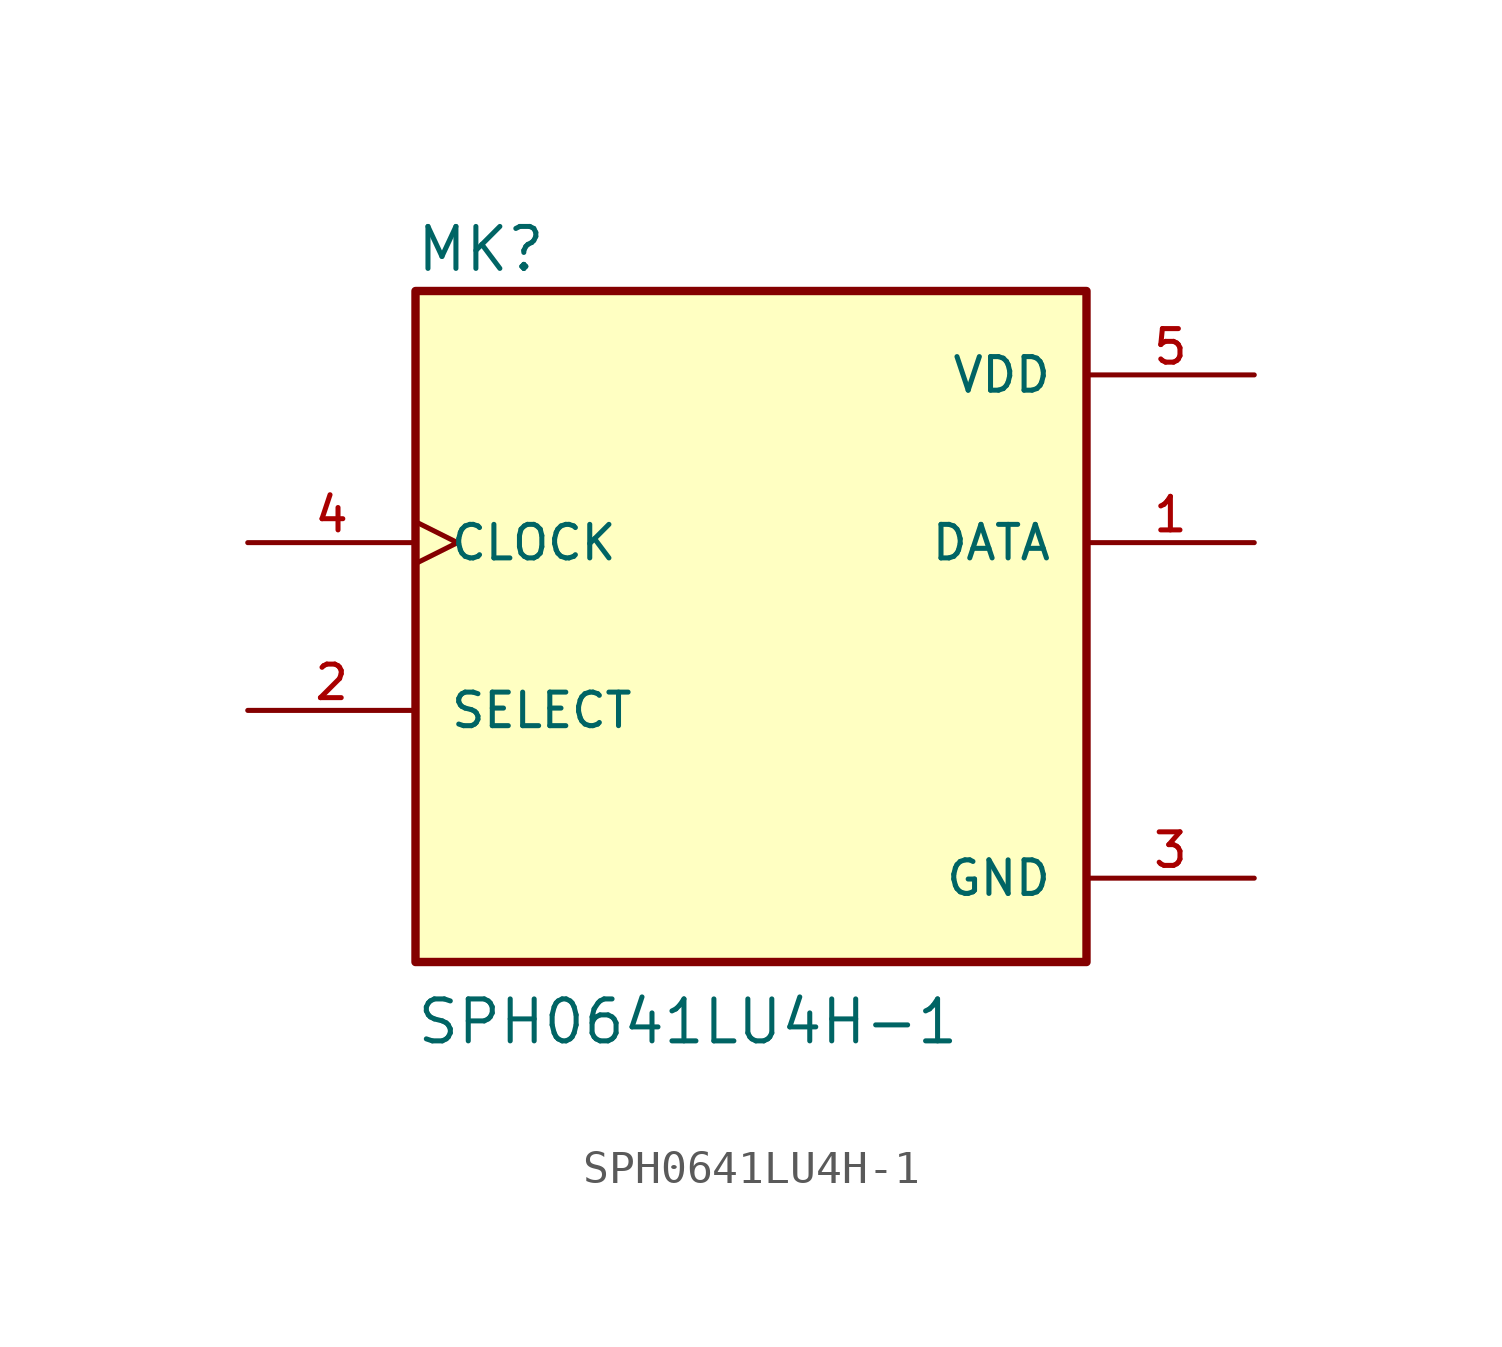
<source format=kicad_sym>
(kicad_symbol_lib
  (version 20211014)
  (generator kicad_symbol_editor)
  (symbol "SPH0641LU4H-1"
    (pin_names
      (offset 1.016))
    (property "Reference" "MK"
      (at -10.185 10.682 0)
      (effects (font (size 1.27 1.27)) (justify bottom left)))
    (property "Value" "SPH0641LU4H-1"
      (at -10.174 -12.711 0)
      (effects (font (size 1.27 1.27)) (justify bottom left)))
    (symbol "SPH0641LU4H-1_0_0"
      (rectangle (start -10.16 -10.16) (end 10.16 10.16) (stroke (width 0.254)) (fill (type background)))
      (pin output line (at 15.24 2.54 180.0) (length 5.08) (name "DATA" (effects (font (size 1.016 1.016)))) (number "1" (effects (font (size 1.016 1.016)))))
      (pin input line (at -15.24 -2.54 0) (length 5.08) (name "SELECT" (effects (font (size 1.016 1.016)))) (number "2" (effects (font (size 1.016 1.016)))))
      (pin power_in line (at 15.24 -7.62 180.0) (length 5.08) (name "GND" (effects (font (size 1.016 1.016)))) (number "3" (effects (font (size 1.016 1.016)))))
      (pin input clock (at -15.24 2.54 0) (length 5.08) (name "CLOCK" (effects (font (size 1.016 1.016)))) (number "4" (effects (font (size 1.016 1.016)))))
      (pin power_in line (at 15.24 7.62 180.0) (length 5.08) (name "VDD" (effects (font (size 1.016 1.016)))) (number "5" (effects (font (size 1.016 1.016))))))))
</source>
